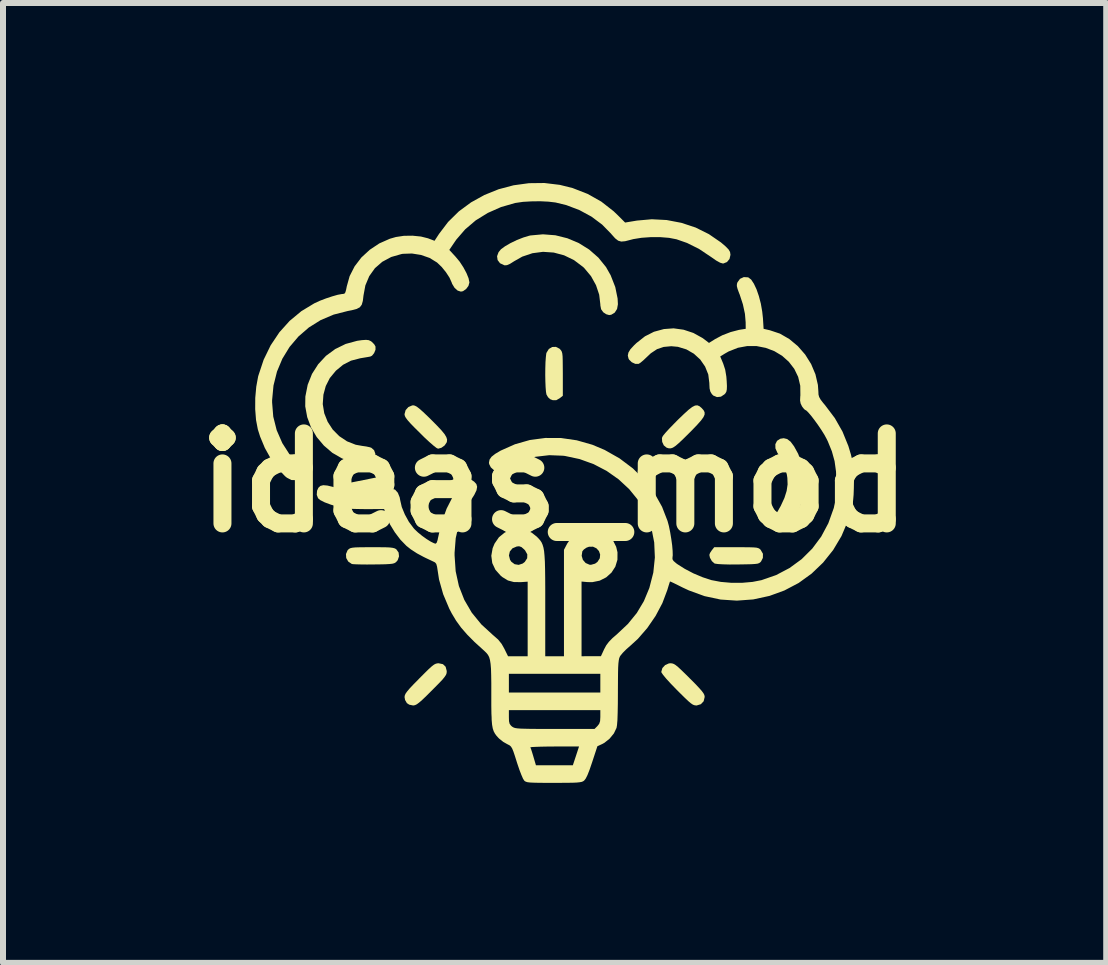
<source format=kicad_pcb>
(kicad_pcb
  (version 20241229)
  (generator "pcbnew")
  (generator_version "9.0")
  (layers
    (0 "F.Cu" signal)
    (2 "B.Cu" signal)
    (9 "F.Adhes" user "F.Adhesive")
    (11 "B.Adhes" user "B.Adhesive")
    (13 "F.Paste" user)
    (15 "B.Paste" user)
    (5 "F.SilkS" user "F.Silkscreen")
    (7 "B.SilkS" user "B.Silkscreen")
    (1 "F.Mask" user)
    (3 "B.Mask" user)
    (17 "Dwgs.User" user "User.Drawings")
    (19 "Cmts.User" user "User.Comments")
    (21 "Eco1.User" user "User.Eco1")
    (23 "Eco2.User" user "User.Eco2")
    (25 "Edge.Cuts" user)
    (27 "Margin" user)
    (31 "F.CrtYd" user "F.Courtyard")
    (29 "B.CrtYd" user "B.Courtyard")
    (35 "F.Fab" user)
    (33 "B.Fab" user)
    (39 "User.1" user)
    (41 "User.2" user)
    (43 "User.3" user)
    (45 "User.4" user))
  (footprint "ideas_mod"
    (layer "F.Cu")
    (at 6.193 4.995)
    (property "Reference" "ideas_mod" (at 0 0 0) (layer "F.SilkS") (effects (font (size 1.5 1.5) (thickness 0.3))))
    (attr board_only exclude_from_pos_files exclude_from_bom)
    (fp_poly (pts (xy 0.083 -2.233) (xy 0.094 -2.221) (xy 0.109 -2.203) (xy 0.12 -2.183) (xy 0.128 -2.153) (xy 0.133 -2.108) (xy 0.135 -2.042) (xy 0.136 -1.95) (xy 0.137 -1.825) (xy 0.137 -1.812) (xy 0.137 -1.449) (xy 0.085 -1.408) (xy 0.027 -1.375) (xy -0.029 -1.375) (xy -0.072 -1.391) (xy -0.109 -1.424) (xy -0.136 -1.471) (xy -0.144 -1.517) (xy -0.15 -1.592) (xy -0.154 -1.688) (xy -0.156 -1.796) (xy -0.155 -1.905) (xy -0.152 -2.007) (xy -0.146 -2.092) (xy -0.139 -2.152) (xy -0.135 -2.166) (xy -0.096 -2.229) (xy -0.041 -2.262) (xy 0.022 -2.264)) (stroke (width 0) (type solid)) (fill yes) (layer "F.SilkS"))
    (fp_poly (pts (xy -2.329 -1.284) (xy -2.296 -1.267) (xy -2.252 -1.233) (xy -2.192 -1.18) (xy -2.112 -1.104) (xy -2.059 -1.052) (xy -1.959 -0.951) (xy -1.885 -0.872) (xy -1.834 -0.81) (xy -1.805 -0.761) (xy -1.792 -0.721) (xy -1.795 -0.685) (xy -1.799 -0.671) (xy -1.833 -0.621) (xy -1.887 -0.582) (xy -1.942 -0.567) (xy -1.969 -0.58) (xy -2.019 -0.619) (xy -2.089 -0.68) (xy -2.174 -0.759) (xy -2.24 -0.825) (xy -2.334 -0.918) (xy -2.402 -0.988) (xy -2.449 -1.041) (xy -2.479 -1.081) (xy -2.495 -1.111) (xy -2.501 -1.137) (xy -2.501 -1.144) (xy -2.483 -1.21) (xy -2.437 -1.261) (xy -2.374 -1.288) (xy -2.355 -1.29)) (stroke (width 0) (type solid)) (fill yes) (layer "F.SilkS"))
    (fp_poly (pts (xy 3.155 1.075) (xy 3.25 1.076) (xy 3.317 1.078) (xy 3.363 1.082) (xy 3.394 1.09) (xy 3.414 1.1) (xy 3.43 1.114) (xy 3.435 1.12) (xy 3.472 1.184) (xy 3.471 1.253) (xy 3.441 1.312) (xy 3.426 1.328) (xy 3.408 1.34) (xy 3.382 1.349) (xy 3.342 1.354) (xy 3.281 1.358) (xy 3.193 1.36) (xy 3.073 1.362) (xy 3.055 1.362) (xy 2.916 1.363) (xy 2.804 1.36) (xy 2.721 1.355) (xy 2.672 1.348) (xy 2.664 1.345) (xy 2.621 1.307) (xy 2.589 1.25) (xy 2.579 1.203) (xy 2.59 1.171) (xy 2.618 1.128) (xy 2.62 1.126) (xy 2.66 1.075) (xy 3.026 1.075)) (stroke (width 0) (type solid)) (fill yes) (layer "F.SilkS"))
    (fp_poly (pts (xy 2.413 -1.276) (xy 2.448 -1.247) (xy 2.453 -1.242) (xy 2.484 -1.207) (xy 2.5 -1.173) (xy 2.5 -1.137) (xy 2.481 -1.093) (xy 2.441 -1.038) (xy 2.378 -0.967) (xy 2.29 -0.875) (xy 2.241 -0.826) (xy 2.145 -0.731) (xy 2.072 -0.662) (xy 2.016 -0.614) (xy 1.972 -0.585) (xy 1.937 -0.573) (xy 1.904 -0.573) (xy 1.87 -0.583) (xy 1.864 -0.586) (xy 1.82 -0.622) (xy 1.793 -0.68) (xy 1.789 -0.742) (xy 1.795 -0.763) (xy 1.814 -0.792) (xy 1.857 -0.843) (xy 1.918 -0.909) (xy 1.993 -0.986) (xy 2.056 -1.05) (xy 2.156 -1.146) (xy 2.233 -1.216) (xy 2.293 -1.262) (xy 2.34 -1.286) (xy 2.378 -1.29)) (stroke (width 0) (type solid)) (fill yes) (layer "F.SilkS"))
    (fp_poly (pts (xy 1.958 3.011) (xy 1.985 3.02) (xy 2.017 3.039) (xy 2.058 3.072) (xy 2.114 3.124) (xy 2.189 3.197) (xy 2.251 3.259) (xy 2.342 3.35) (xy 2.408 3.42) (xy 2.453 3.471) (xy 2.481 3.509) (xy 2.496 3.539) (xy 2.501 3.566) (xy 2.501 3.571) (xy 2.484 3.642) (xy 2.438 3.691) (xy 2.369 3.712) (xy 2.358 3.712) (xy 2.333 3.709) (xy 2.305 3.699) (xy 2.271 3.676) (xy 2.226 3.638) (xy 2.165 3.58) (xy 2.084 3.5) (xy 2.036 3.452) (xy 1.938 3.351) (xy 1.862 3.268) (xy 1.809 3.204) (xy 1.781 3.163) (xy 1.778 3.152) (xy 1.796 3.089) (xy 1.842 3.039) (xy 1.905 3.011) (xy 1.93 3.009)) (stroke (width 0) (type solid)) (fill yes) (layer "F.SilkS"))
    (fp_poly (pts (xy -2.911 1.075) (xy -2.816 1.076) (xy -2.747 1.079) (xy -2.7 1.085) (xy -2.668 1.093) (xy -2.646 1.104) (xy -2.637 1.111) (xy -2.6 1.163) (xy -2.593 1.227) (xy -2.615 1.291) (xy -2.635 1.315) (xy -2.653 1.331) (xy -2.674 1.342) (xy -2.705 1.35) (xy -2.752 1.355) (xy -2.822 1.359) (xy -2.919 1.361) (xy -3.014 1.362) (xy -3.127 1.363) (xy -3.227 1.362) (xy -3.307 1.36) (xy -3.361 1.357) (xy -3.38 1.354) (xy -3.439 1.314) (xy -3.473 1.255) (xy -3.477 1.189) (xy -3.451 1.127) (xy -3.439 1.114) (xy -3.422 1.1) (xy -3.401 1.09) (xy -3.369 1.083) (xy -3.32 1.078) (xy -3.249 1.076) (xy -3.15 1.075) (xy -3.04 1.075)) (stroke (width 0) (type solid)) (fill yes) (layer "F.SilkS"))
    (fp_poly (pts (xy -1.861 3.024) (xy -1.816 3.067) (xy -1.798 3.137) (xy -1.798 3.148) (xy -1.8 3.174) (xy -1.81 3.202) (xy -1.832 3.235) (xy -1.868 3.28) (xy -1.924 3.339) (xy -2.002 3.418) (xy -2.047 3.463) (xy -2.138 3.554) (xy -2.207 3.62) (xy -2.259 3.665) (xy -2.297 3.693) (xy -2.327 3.707) (xy -2.353 3.712) (xy -2.36 3.712) (xy -2.423 3.699) (xy -2.462 3.673) (xy -2.492 3.621) (xy -2.501 3.572) (xy -2.497 3.546) (xy -2.485 3.517) (xy -2.459 3.48) (xy -2.417 3.43) (xy -2.354 3.363) (xy -2.267 3.275) (xy -2.253 3.26) (xy -2.163 3.17) (xy -2.096 3.104) (xy -2.046 3.059) (xy -2.009 3.031) (xy -1.979 3.016) (xy -1.952 3.01) (xy -1.933 3.009)) (stroke (width 0) (type solid)) (fill yes) (layer "F.SilkS"))
    (fp_poly (pts (xy 3.876 -0.728) (xy 3.933 -0.684) (xy 3.991 -0.606) (xy 4.053 -0.493) (xy 4.059 -0.482) (xy 4.132 -0.288) (xy 4.168 -0.089) (xy 4.165 0.11) (xy 4.124 0.307) (xy 4.093 0.396) (xy 4.046 0.497) (xy 3.992 0.59) (xy 3.936 0.668) (xy 3.885 0.722) (xy 3.858 0.739) (xy 3.82 0.755) (xy 3.804 0.76) (xy 3.785 0.753) (xy 3.748 0.74) (xy 3.703 0.707) (xy 3.672 0.66) (xy 3.657 0.613) (xy 3.664 0.574) (xy 3.683 0.539) (xy 3.769 0.386) (xy 3.83 0.254) (xy 3.867 0.137) (xy 3.883 0.028) (xy 3.879 -0.08) (xy 3.87 -0.139) (xy 3.817 -0.31) (xy 3.726 -0.479) (xy 3.713 -0.498) (xy 3.68 -0.573) (xy 3.679 -0.642) (xy 3.707 -0.698) (xy 3.761 -0.733) (xy 3.818 -0.742)) (stroke (width 0) (type solid)) (fill yes) (layer "F.SilkS"))
    (fp_poly (pts (xy 0.013 -4.124) (xy 0.213 -4.074) (xy 0.403 -3.994) (xy 0.576 -3.886) (xy 0.729 -3.752) (xy 0.856 -3.595) (xy 0.934 -3.458) (xy 1.011 -3.261) (xy 1.05 -3.07) (xy 1.055 -2.975) (xy 1.041 -2.896) (xy 1.002 -2.835) (xy 0.945 -2.8) (xy 0.909 -2.794) (xy 0.86 -2.808) (xy 0.812 -2.84) (xy 0.81 -2.842) (xy 0.775 -2.891) (xy 0.763 -2.953) (xy 0.762 -2.975) (xy 0.743 -3.134) (xy 0.69 -3.292) (xy 0.607 -3.442) (xy 0.496 -3.575) (xy 0.473 -3.597) (xy 0.323 -3.71) (xy 0.158 -3.79) (xy -0.015 -3.836) (xy -0.193 -3.848) (xy -0.369 -3.825) (xy -0.539 -3.768) (xy -0.673 -3.692) (xy -0.743 -3.648) (xy -0.793 -3.626) (xy -0.831 -3.623) (xy -0.839 -3.625) (xy -0.91 -3.658) (xy -0.95 -3.711) (xy -0.959 -3.775) (xy -0.934 -3.842) (xy -0.894 -3.891) (xy -0.827 -3.94) (xy -0.734 -3.994) (xy -0.628 -4.045) (xy -0.521 -4.087) (xy -0.425 -4.116) (xy -0.402 -4.121) (xy -0.194 -4.14)) (stroke (width 0) (type solid)) (fill yes) (layer "F.SilkS"))
    (fp_poly (pts (xy -3.098 -2.376) (xy -3.062 -2.359) (xy -3.046 -2.347) (xy -3.007 -2.308) (xy -2.985 -2.27) (xy -2.985 -2.27) (xy -2.985 -2.216) (xy -3.008 -2.16) (xy -3.043 -2.117) (xy -3.071 -2.103) (xy -3.114 -2.095) (xy -3.18 -2.084) (xy -3.24 -2.074) (xy -3.394 -2.034) (xy -3.525 -1.966) (xy -3.645 -1.867) (xy -3.746 -1.745) (xy -3.814 -1.611) (xy -3.853 -1.467) (xy -3.864 -1.31) (xy -3.839 -1.158) (xy -3.782 -1.015) (xy -3.698 -0.886) (xy -3.589 -0.776) (xy -3.46 -0.69) (xy -3.315 -0.633) (xy -3.209 -0.614) (xy -3.139 -0.604) (xy -3.079 -0.591) (xy -3.054 -0.582) (xy -3.008 -0.541) (xy -2.987 -0.481) (xy -2.992 -0.416) (xy -3.023 -0.358) (xy -3.044 -0.339) (xy -3.094 -0.321) (xy -3.172 -0.316) (xy -3.271 -0.325) (xy -3.368 -0.344) (xy -3.543 -0.405) (xy -3.704 -0.498) (xy -3.845 -0.619) (xy -3.965 -0.761) (xy -4.059 -0.921) (xy -4.123 -1.093) (xy -4.156 -1.273) (xy -4.154 -1.436) (xy -4.115 -1.633) (xy -4.043 -1.814) (xy -3.94 -1.975) (xy -3.81 -2.115) (xy -3.656 -2.228) (xy -3.482 -2.313) (xy -3.291 -2.365) (xy -3.214 -2.376) (xy -3.144 -2.381)) (stroke (width 0) (type solid)) (fill yes) (layer "F.SilkS"))
    (fp_poly (pts (xy 0.087 -4.964) (xy 0.3 -4.911) (xy 0.551 -4.813) (xy 0.778 -4.685) (xy 0.983 -4.525) (xy 1.05 -4.461) (xy 1.175 -4.336) (xy 1.373 -4.369) (xy 1.619 -4.391) (xy 1.868 -4.378) (xy 2.114 -4.331) (xy 2.35 -4.253) (xy 2.571 -4.143) (xy 2.772 -4.005) (xy 2.848 -3.94) (xy 2.899 -3.888) (xy 2.924 -3.845) (xy 2.931 -3.798) (xy 2.931 -3.798) (xy 2.915 -3.729) (xy 2.873 -3.678) (xy 2.814 -3.654) (xy 2.802 -3.654) (xy 2.758 -3.667) (xy 2.691 -3.704) (xy 2.607 -3.763) (xy 2.596 -3.77) (xy 2.406 -3.897) (xy 2.207 -3.996) (xy 2.032 -4.057) (xy 1.908 -4.081) (xy 1.76 -4.093) (xy 1.602 -4.093) (xy 1.448 -4.082) (xy 1.312 -4.06) (xy 1.266 -4.048) (xy 1.176 -4.025) (xy 1.111 -4.019) (xy 1.059 -4.034) (xy 1.009 -4.073) (xy 0.948 -4.141) (xy 0.941 -4.15) (xy 0.792 -4.302) (xy 0.614 -4.435) (xy 0.413 -4.544) (xy 0.197 -4.626) (xy 0.017 -4.67) (xy -0.1 -4.684) (xy -0.239 -4.691) (xy -0.386 -4.689) (xy -0.526 -4.681) (xy -0.644 -4.664) (xy -0.657 -4.662) (xy -0.893 -4.594) (xy -1.114 -4.496) (xy -1.315 -4.372) (xy -1.491 -4.222) (xy -1.638 -4.052) (xy -1.667 -4.01) (xy -1.755 -3.88) (xy -1.651 -3.767) (xy -1.582 -3.684) (xy -1.52 -3.589) (xy -1.469 -3.494) (xy -1.434 -3.408) (xy -1.42 -3.34) (xy -1.42 -3.337) (xy -1.436 -3.28) (xy -1.475 -3.228) (xy -1.527 -3.192) (xy -1.562 -3.185) (xy -1.616 -3.202) (xy -1.668 -3.249) (xy -1.708 -3.315) (xy -1.716 -3.338) (xy -1.752 -3.418) (xy -1.81 -3.507) (xy -1.881 -3.595) (xy -1.956 -3.667) (xy -1.961 -3.671) (xy -2.083 -3.746) (xy -2.226 -3.796) (xy -2.378 -3.82) (xy -2.528 -3.815) (xy -2.552 -3.811) (xy -2.723 -3.762) (xy -2.872 -3.682) (xy -2.995 -3.575) (xy -3.089 -3.443) (xy -3.154 -3.288) (xy -3.185 -3.121) (xy -3.196 -3.03) (xy -3.214 -2.967) (xy -3.246 -2.924) (xy -3.299 -2.896) (xy -3.379 -2.875) (xy -3.447 -2.862) (xy -3.682 -2.802) (xy -3.899 -2.71) (xy -4.096 -2.587) (xy -4.269 -2.437) (xy -4.417 -2.263) (xy -4.537 -2.067) (xy -4.627 -1.852) (xy -4.685 -1.62) (xy -4.708 -1.376) (xy -4.708 -1.338) (xy -4.689 -1.102) (xy -4.632 -0.876) (xy -4.538 -0.66) (xy -4.407 -0.456) (xy -4.323 -0.353) (xy -4.256 -0.267) (xy -4.223 -0.196) (xy -4.223 -0.136) (xy -4.254 -0.084) (xy -4.259 -0.078) (xy -4.319 -0.043) (xy -4.387 -0.045) (xy -4.462 -0.084) (xy -4.494 -0.11) (xy -4.616 -0.24) (xy -4.729 -0.4) (xy -4.829 -0.579) (xy -4.908 -0.769) (xy -4.946 -0.889) (xy -4.976 -1.046) (xy -4.99 -1.225) (xy -4.989 -1.414) (xy -4.972 -1.601) (xy -4.941 -1.771) (xy -4.936 -1.788) (xy -4.849 -2.05) (xy -4.732 -2.29) (xy -4.587 -2.507) (xy -4.416 -2.697) (xy -4.221 -2.859) (xy -4.003 -2.991) (xy -4.002 -2.991) (xy -3.911 -3.033) (xy -3.809 -3.072) (xy -3.706 -3.106) (xy -3.615 -3.132) (xy -3.544 -3.145) (xy -3.526 -3.146) (xy -3.503 -3.151) (xy -3.487 -3.173) (xy -3.474 -3.22) (xy -3.464 -3.271) (xy -3.416 -3.443) (xy -3.333 -3.606) (xy -3.22 -3.754) (xy -3.081 -3.882) (xy -2.922 -3.988) (xy -2.746 -4.066) (xy -2.645 -4.095) (xy -2.512 -4.115) (xy -2.368 -4.117) (xy -2.228 -4.103) (xy -2.108 -4.073) (xy -2.099 -4.069) (xy -2.001 -4.032) (xy -1.926 -4.147) (xy -1.775 -4.346) (xy -1.596 -4.522) (xy -1.393 -4.672) (xy -1.171 -4.795) (xy -0.933 -4.891) (xy -0.684 -4.957) (xy -0.428 -4.992) (xy -0.17 -4.995)) (stroke (width 0) (type solid)) (fill yes) (layer "F.SilkS"))
    (fp_poly (pts (xy 3.223 -3.423) (xy 3.231 -3.42) (xy 3.276 -3.385) (xy 3.321 -3.317) (xy 3.365 -3.224) (xy 3.404 -3.111) (xy 3.437 -2.985) (xy 3.46 -2.853) (xy 3.472 -2.743) (xy 3.483 -2.565) (xy 3.587 -2.541) (xy 3.755 -2.485) (xy 3.911 -2.395) (xy 4.053 -2.277) (xy 4.176 -2.136) (xy 4.275 -1.978) (xy 4.347 -1.807) (xy 4.388 -1.63) (xy 4.396 -1.518) (xy 4.398 -1.469) (xy 4.409 -1.429) (xy 4.432 -1.387) (xy 4.474 -1.332) (xy 4.507 -1.293) (xy 4.67 -1.077) (xy 4.798 -0.852) (xy 4.896 -0.611) (xy 4.938 -0.471) (xy 4.96 -0.378) (xy 4.975 -0.291) (xy 4.984 -0.2) (xy 4.988 -0.089) (xy 4.989 -0.02) (xy 4.987 0.092) (xy 4.983 0.201) (xy 4.975 0.294) (xy 4.966 0.361) (xy 4.966 0.361) (xy 4.889 0.634) (xy 4.781 0.889) (xy 4.642 1.122) (xy 4.475 1.331) (xy 4.283 1.515) (xy 4.067 1.671) (xy 3.829 1.796) (xy 3.582 1.886) (xy 3.31 1.945) (xy 3.037 1.965) (xy 2.766 1.947) (xy 2.499 1.89) (xy 2.238 1.795) (xy 2.133 1.746) (xy 2.053 1.706) (xy 1.986 1.673) (xy 1.941 1.652) (xy 1.923 1.646) (xy 1.916 1.666) (xy 1.901 1.713) (xy 1.881 1.779) (xy 1.877 1.792) (xy 1.796 2.007) (xy 1.683 2.22) (xy 1.545 2.421) (xy 1.388 2.602) (xy 1.262 2.717) (xy 1.195 2.776) (xy 1.136 2.835) (xy 1.096 2.884) (xy 1.086 2.901) (xy 1.076 2.927) (xy 1.069 2.963) (xy 1.063 3.013) (xy 1.059 3.083) (xy 1.057 3.176) (xy 1.056 3.299) (xy 1.055 3.454) (xy 1.055 3.488) (xy 1.054 3.678) (xy 1.051 3.834) (xy 1.047 3.955) (xy 1.04 4.04) (xy 1.032 4.086) (xy 0.988 4.178) (xy 0.917 4.265) (xy 0.831 4.334) (xy 0.797 4.353) (xy 0.713 4.392) (xy 0.625 4.66) (xy 0.583 4.783) (xy 0.548 4.872) (xy 0.519 4.93) (xy 0.493 4.963) (xy 0.491 4.965) (xy 0.473 4.977) (xy 0.45 4.986) (xy 0.416 4.992) (xy 0.367 4.997) (xy 0.298 5) (xy 0.202 5.001) (xy 0.076 5.002) (xy -0.012 5.002) (xy -0.158 5.002) (xy -0.27 5.001) (xy -0.353 4.999) (xy -0.412 4.996) (xy -0.452 4.991) (xy -0.478 4.983) (xy -0.496 4.974) (xy -0.507 4.963) (xy -0.527 4.931) (xy -0.554 4.869) (xy -0.586 4.786) (xy -0.619 4.689) (xy -0.629 4.658) (xy -0.662 4.553) (xy -0.687 4.479) (xy -0.707 4.43) (xy -0.719 4.411) (xy -0.404 4.411) (xy -0.394 4.435) (xy -0.377 4.487) (xy -0.356 4.556) (xy -0.353 4.567) (xy -0.311 4.709) (xy -0.003 4.709) (xy 0.304 4.709) (xy 0.356 4.552) (xy 0.407 4.396) (xy -0.003 4.396) (xy -0.124 4.397) (xy -0.23 4.399) (xy -0.316 4.402) (xy -0.375 4.405) (xy -0.403 4.409) (xy -0.404 4.411) (xy -0.719 4.411) (xy -0.726 4.399) (xy -0.747 4.379) (xy -0.773 4.365) (xy -0.791 4.356) (xy -0.856 4.319) (xy -0.919 4.269) (xy -0.932 4.257) (xy -0.967 4.219) (xy -0.994 4.182) (xy -1.015 4.143) (xy -1.031 4.094) (xy -1.042 4.033) (xy -1.049 3.953) (xy -1.05 3.906) (xy -0.762 3.906) (xy -0.76 3.974) (xy -0.75 4.017) (xy -0.729 4.046) (xy -0.711 4.063) (xy -0.695 4.073) (xy -0.678 4.082) (xy -0.653 4.089) (xy -0.618 4.094) (xy -0.567 4.098) (xy -0.498 4.1) (xy -0.405 4.102) (xy -0.284 4.103) (xy -0.131 4.103) (xy 0.004 4.103) (xy 0.666 4.103) (xy 0.714 4.055) (xy 0.743 4.018) (xy 0.758 3.973) (xy 0.762 3.905) (xy 0.762 3.899) (xy 0.762 3.79) (xy 0 3.79) (xy -0.762 3.79) (xy -0.762 3.906) (xy -1.05 3.906) (xy -1.053 3.85) (xy -1.055 3.719) (xy -1.055 3.554) (xy -1.055 3.517) (xy -1.055 3.346) (xy -1.055 3.341) (xy -0.762 3.341) (xy -0.762 3.497) (xy 0 3.497) (xy 0.762 3.497) (xy 0.762 3.341) (xy 0.762 3.185) (xy 0 3.185) (xy -0.762 3.185) (xy -0.762 3.341) (xy -1.055 3.341) (xy -1.057 3.209) (xy -1.06 3.101) (xy -1.067 3.018) (xy -1.077 2.955) (xy -1.091 2.906) (xy -1.111 2.868) (xy -1.138 2.835) (xy -1.171 2.803) (xy -1.184 2.791) (xy -1.335 2.654) (xy -1.457 2.531) (xy -1.558 2.415) (xy -1.642 2.299) (xy -1.715 2.177) (xy -1.756 2.098) (xy -1.857 1.858) (xy -1.926 1.613) (xy -1.959 1.399) (xy -1.972 1.353) (xy -1.993 1.328) (xy -2.023 1.313) (xy -2.078 1.287) (xy -2.15 1.253) (xy -2.188 1.234) (xy -2.294 1.177) (xy -2.397 1.11) (xy -2.47 1.052) (xy -2.57 0.949) (xy -2.663 0.826) (xy -2.742 0.697) (xy -2.798 0.574) (xy -2.805 0.554) (xy -2.841 0.439) (xy -3.155 0.44) (xy -3.29 0.438) (xy -3.396 0.435) (xy -3.479 0.427) (xy -3.55 0.416) (xy -3.605 0.403) (xy -3.73 0.365) (xy -3.832 0.327) (xy -3.905 0.29) (xy -3.942 0.259) (xy -3.964 0.201) (xy -3.959 0.133) (xy -3.936 0.083) (xy -3.903 0.053) (xy -3.855 0.041) (xy -3.787 0.047) (xy -3.692 0.07) (xy -3.624 0.091) (xy -3.482 0.126) (xy -3.321 0.148) (xy -3.154 0.155) (xy -2.997 0.147) (xy -2.886 0.129) (xy -2.813 0.113) (xy -2.751 0.102) (xy -2.714 0.098) (xy -2.658 0.116) (xy -2.613 0.167) (xy -2.582 0.243) (xy -2.573 0.292) (xy -2.547 0.405) (xy -2.496 0.529) (xy -2.429 0.651) (xy -2.35 0.757) (xy -2.333 0.776) (xy -2.276 0.83) (xy -2.207 0.886) (xy -2.133 0.939) (xy -2.064 0.982) (xy -2.009 1.009) (xy -1.982 1.016) (xy -1.965 0.999) (xy -1.95 0.955) (xy -1.946 0.933) (xy -1.889 0.679) (xy -1.8 0.433) (xy -1.684 0.206) (xy -1.656 0.161) (xy -1.586 0.059) (xy -1.528 -0.011) (xy -1.478 -0.049) (xy -1.431 -0.06) (xy -1.383 -0.046) (xy -1.341 -0.018) (xy -1.304 0.022) (xy -1.291 0.068) (xy -1.302 0.127) (xy -1.339 0.203) (xy -1.394 0.289) (xy -1.513 0.491) (xy -1.597 0.701) (xy -1.648 0.924) (xy -1.667 1.166) (xy -1.667 1.211) (xy -1.649 1.475) (xy -1.595 1.722) (xy -1.505 1.952) (xy -1.381 2.165) (xy -1.221 2.361) (xy -1.027 2.539) (xy -1.022 2.543) (xy -0.941 2.614) (xy -0.883 2.686) (xy -0.838 2.766) (xy -0.776 2.892) (xy -0.613 2.892) (xy -0.449 2.892) (xy -0.449 2.27) (xy -0.449 1.649) (xy -0.565 1.657) (xy -0.681 1.655) (xy -0.778 1.629) (xy -0.87 1.573) (xy -0.899 1.549) (xy -0.987 1.45) (xy -1.039 1.339) (xy -1.055 1.218) (xy -1.054 1.212) (xy -0.761 1.212) (xy -0.743 1.283) (xy -0.722 1.316) (xy -0.666 1.358) (xy -0.599 1.369) (xy -0.532 1.347) (xy -0.497 1.32) (xy -0.457 1.258) (xy -0.455 1.194) (xy -0.492 1.128) (xy -0.509 1.11) (xy -0.553 1.072) (xy -0.592 1.059) (xy -0.631 1.063) (xy -0.702 1.093) (xy -0.746 1.146) (xy -0.761 1.212) (xy -1.054 1.212) (xy -1.033 1.092) (xy -1.001 1.015) (xy -0.928 0.909) (xy -0.834 0.832) (xy -0.726 0.785) (xy -0.61 0.769) (xy -0.493 0.784) (xy -0.382 0.832) (xy -0.297 0.899) (xy -0.265 0.932) (xy -0.239 0.962) (xy -0.217 0.995) (xy -0.2 1.034) (xy -0.186 1.081) (xy -0.175 1.142) (xy -0.168 1.219) (xy -0.162 1.317) (xy -0.159 1.438) (xy -0.157 1.587) (xy -0.156 1.766) (xy -0.156 1.981) (xy -0.156 2.026) (xy -0.156 2.892) (xy 0 2.892) (xy 0.156 2.892) (xy 0.156 2.005) (xy 0.156 1.218) (xy 0.451 1.218) (xy 0.471 1.285) (xy 0.517 1.338) (xy 0.581 1.366) (xy 0.606 1.368) (xy 0.674 1.349) (xy 0.714 1.32) (xy 0.753 1.259) (xy 0.759 1.197) (xy 0.739 1.139) (xy 0.697 1.093) (xy 0.64 1.066) (xy 0.573 1.067) (xy 0.532 1.082) (xy 0.488 1.112) (xy 0.462 1.143) (xy 0.462 1.144) (xy 0.451 1.218) (xy 0.156 1.218) (xy 0.156 1.118) (xy 0.211 1.013) (xy 0.284 0.909) (xy 0.375 0.835) (xy 0.478 0.789) (xy 0.588 0.772) (xy 0.698 0.781) (xy 0.803 0.817) (xy 0.896 0.877) (xy 0.973 0.961) (xy 1.026 1.068) (xy 1.048 1.159) (xy 1.047 1.284) (xy 1.012 1.399) (xy 0.948 1.498) (xy 0.86 1.577) (xy 0.752 1.632) (xy 0.629 1.657) (xy 0.547 1.656) (xy 0.449 1.647) (xy 0.449 2.269) (xy 0.449 2.892) (xy 0.611 2.891) (xy 0.772 2.891) (xy 0.826 2.774) (xy 0.861 2.709) (xy 0.904 2.652) (xy 0.963 2.591) (xy 1.037 2.527) (xy 1.221 2.354) (xy 1.37 2.171) (xy 1.488 1.973) (xy 1.579 1.754) (xy 1.581 1.746) (xy 1.645 1.498) (xy 1.671 1.246) (xy 1.66 0.995) (xy 1.612 0.75) (xy 1.599 0.708) (xy 1.513 0.492) (xy 1.392 0.29) (xy 1.242 0.106) (xy 1.066 -0.057) (xy 0.867 -0.197) (xy 0.65 -0.31) (xy 0.417 -0.394) (xy 0.173 -0.446) (xy 0.14 -0.45) (xy -0.089 -0.459) (xy -0.321 -0.432) (xy -0.548 -0.371) (xy -0.763 -0.279) (xy -0.792 -0.263) (xy -0.86 -0.229) (xy -0.921 -0.204) (xy -0.961 -0.195) (xy -1.015 -0.213) (xy -1.063 -0.256) (xy -1.091 -0.312) (xy -1.094 -0.336) (xy -1.084 -0.386) (xy -1.051 -0.433) (xy -0.99 -0.481) (xy -0.899 -0.535) (xy -0.661 -0.641) (xy -0.412 -0.712) (xy -0.154 -0.746) (xy 0.107 -0.745) (xy 0.369 -0.707) (xy 0.629 -0.633) (xy 0.833 -0.547) (xy 1.082 -0.406) (xy 1.304 -0.239) (xy 1.497 -0.048) (xy 1.66 0.167) (xy 1.791 0.402) (xy 1.882 0.637) (xy 1.905 0.722) (xy 1.926 0.825) (xy 1.944 0.934) (xy 1.959 1.041) (xy 1.967 1.136) (xy 1.969 1.209) (xy 1.965 1.243) (xy 1.964 1.274) (xy 1.982 1.304) (xy 2.026 1.342) (xy 2.046 1.357) (xy 2.169 1.435) (xy 2.314 1.511) (xy 2.469 1.576) (xy 2.616 1.624) (xy 2.618 1.624) (xy 2.771 1.653) (xy 2.945 1.668) (xy 3.125 1.668) (xy 3.298 1.653) (xy 3.447 1.624) (xy 3.692 1.539) (xy 3.916 1.421) (xy 4.117 1.274) (xy 4.294 1.098) (xy 4.443 0.898) (xy 4.562 0.675) (xy 4.649 0.432) (xy 4.653 0.42) (xy 4.673 0.332) (xy 4.686 0.241) (xy 4.694 0.135) (xy 4.696 0.01) (xy 4.69 -0.186) (xy 4.666 -0.36) (xy 4.621 -0.523) (xy 4.553 -0.69) (xy 4.532 -0.733) (xy 4.495 -0.801) (xy 4.446 -0.879) (xy 4.39 -0.962) (xy 4.332 -1.042) (xy 4.277 -1.114) (xy 4.229 -1.17) (xy 4.194 -1.204) (xy 4.18 -1.211) (xy 4.158 -1.227) (xy 4.129 -1.264) (xy 4.122 -1.275) (xy 4.1 -1.321) (xy 4.091 -1.37) (xy 4.094 -1.438) (xy 4.096 -1.456) (xy 4.094 -1.616) (xy 4.059 -1.764) (xy 3.994 -1.898) (xy 3.903 -2.016) (xy 3.792 -2.115) (xy 3.662 -2.193) (xy 3.52 -2.247) (xy 3.368 -2.277) (xy 3.212 -2.278) (xy 3.055 -2.249) (xy 2.901 -2.188) (xy 2.841 -2.154) (xy 2.76 -2.104) (xy 2.81 -1.985) (xy 2.843 -1.884) (xy 2.862 -1.77) (xy 2.868 -1.694) (xy 2.872 -1.61) (xy 2.87 -1.555) (xy 2.863 -1.519) (xy 2.848 -1.492) (xy 2.832 -1.474) (xy 2.772 -1.434) (xy 2.706 -1.427) (xy 2.644 -1.453) (xy 2.62 -1.478) (xy 2.596 -1.518) (xy 2.583 -1.57) (xy 2.579 -1.646) (xy 2.579 -1.66) (xy 2.561 -1.804) (xy 2.508 -1.936) (xy 2.427 -2.053) (xy 2.321 -2.15) (xy 2.196 -2.222) (xy 2.055 -2.265) (xy 1.944 -2.275) (xy 1.817 -2.263) (xy 1.707 -2.226) (xy 1.603 -2.157) (xy 1.531 -2.089) (xy 1.478 -2.039) (xy 1.431 -2) (xy 1.401 -1.981) (xy 1.344 -1.981) (xy 1.286 -2.008) (xy 1.241 -2.052) (xy 1.232 -2.069) (xy 1.22 -2.119) (xy 1.23 -2.169) (xy 1.264 -2.225) (xy 1.327 -2.293) (xy 1.365 -2.329) (xy 1.506 -2.44) (xy 1.656 -2.516) (xy 1.822 -2.561) (xy 1.983 -2.573) (xy 2.15 -2.55) (xy 2.313 -2.496) (xy 2.461 -2.414) (xy 2.492 -2.392) (xy 2.573 -2.33) (xy 2.677 -2.395) (xy 2.796 -2.458) (xy 2.934 -2.511) (xy 3.072 -2.547) (xy 3.102 -2.552) (xy 3.185 -2.565) (xy 3.184 -2.674) (xy 3.172 -2.815) (xy 3.138 -2.973) (xy 3.084 -3.138) (xy 3.075 -3.159) (xy 3.049 -3.23) (xy 3.037 -3.278) (xy 3.039 -3.314) (xy 3.048 -3.341) (xy 3.09 -3.398) (xy 3.153 -3.427)) (stroke (width 0) (type solid)) (fill yes) (layer "F.SilkS")))
  (gr_rect
    (start -3 -3)
    (end 15.386 12.997)
    (stroke (width 0.1) (type default))
    (fill no)
    (layer "Edge.Cuts")))
</source>
